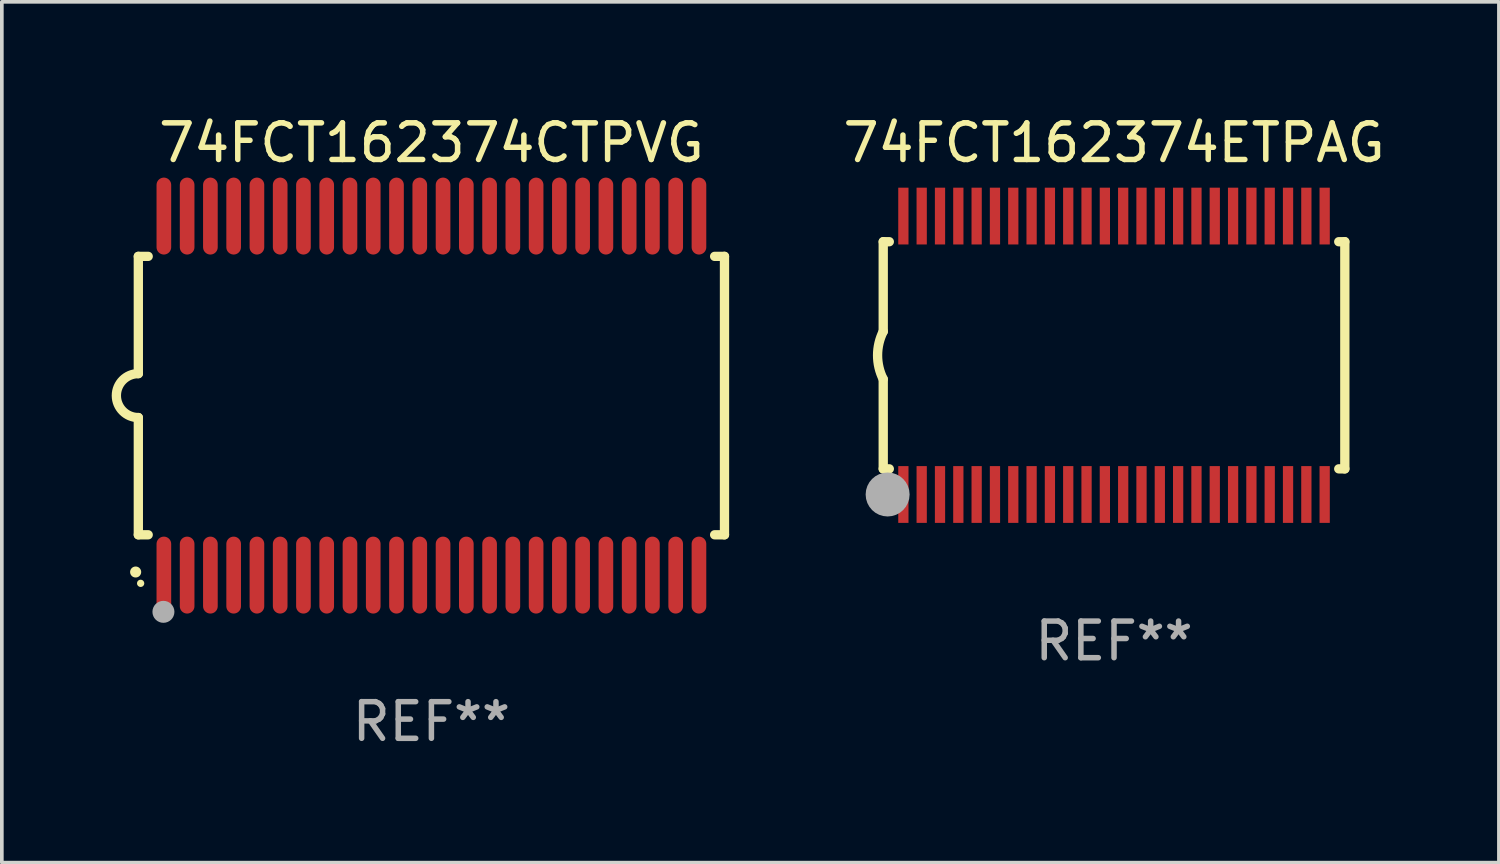
<source format=kicad_pcb>
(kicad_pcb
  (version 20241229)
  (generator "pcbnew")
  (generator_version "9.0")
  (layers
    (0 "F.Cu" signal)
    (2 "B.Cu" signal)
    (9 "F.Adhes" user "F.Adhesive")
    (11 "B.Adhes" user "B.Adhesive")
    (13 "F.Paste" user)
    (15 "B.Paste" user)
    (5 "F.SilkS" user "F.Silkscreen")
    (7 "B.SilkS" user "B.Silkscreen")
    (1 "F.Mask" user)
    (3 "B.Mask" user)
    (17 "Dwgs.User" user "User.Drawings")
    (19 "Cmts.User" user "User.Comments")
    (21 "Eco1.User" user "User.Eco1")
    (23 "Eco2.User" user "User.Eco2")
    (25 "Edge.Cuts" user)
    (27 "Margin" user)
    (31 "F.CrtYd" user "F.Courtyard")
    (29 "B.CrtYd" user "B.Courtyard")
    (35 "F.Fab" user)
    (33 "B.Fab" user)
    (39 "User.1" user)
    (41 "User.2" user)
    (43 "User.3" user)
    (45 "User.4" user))
  (footprint "74FCT162374CTPVG"
    (layer "F.Cu")
    (at 8.726 7.748)
    (property "Reference" "74FCT162374CTPVG" (at 0 -6.9 0) (layer "F.SilkS") (effects (font (size 1 1) (thickness 0.15))))
    (attr through_hole)
    (fp_line (start -8 -3.8) (end -8 -0.599) (stroke (width 0.254) (type solid)) (layer "F.SilkS"))
    (fp_line (start -8 -3.8) (end -7.731 -3.8) (stroke (width 0.254) (type solid)) (layer "F.SilkS"))
    (fp_line (start -8 3.8) (end -8 0.599) (stroke (width 0.254) (type solid)) (layer "F.SilkS"))
    (fp_line (start -7.731 3.8) (end -8 3.8) (stroke (width 0.254) (type solid)) (layer "F.SilkS"))
    (fp_line (start 7.731 -3.8) (end 8 -3.8) (stroke (width 0.254) (type solid)) (layer "F.SilkS"))
    (fp_line (start 8 -3.8) (end 8 3.8) (stroke (width 0.254) (type solid)) (layer "F.SilkS"))
    (fp_line (start 8 3.8) (end 7.731 3.8) (stroke (width 0.254) (type solid)) (layer "F.SilkS"))
    (fp_arc (start -8.074676 4.81585) (mid -8.073406 4.815845) (end -8.072136 4.81585) (stroke (width 0.3) (type solid)) (layer "F.SilkS"))
    (fp_arc (start -8.000025 0.6) (mid -8.598908 0.00056) (end -8.000027 -0.598882) (stroke (width 0.254001) (type solid)) (layer "F.SilkS"))
    (fp_circle (center -7.937 5.125) (end -7.887 5.125) (stroke (width 0.1) (type solid)) (fill no) (layer "F.SilkS"))
    (fp_circle (center -7.315 5.903) (end -7.165 5.903) (stroke (width 0.3) (type solid)) (fill no) (layer "F.Fab"))
    (fp_text user "REF**" (at 0 8.9 0) (layer "F.Fab") (effects (font (size 1 1) (thickness 0.15))))
    (pad "1" smd oval (at -7.303 4.9) (size 0.4 2.1) (layers "F.Cu" "F.Mask" "F.Paste"))
    (pad "2" smd oval (at -6.668 4.9) (size 0.4 2.1) (layers "F.Cu" "F.Mask" "F.Paste"))
    (pad "3" smd oval (at -6.033 4.9) (size 0.4 2.1) (layers "F.Cu" "F.Mask" "F.Paste"))
    (pad "4" smd oval (at -5.398 4.9) (size 0.4 2.1) (layers "F.Cu" "F.Mask" "F.Paste"))
    (pad "5" smd oval (at -4.763 4.9) (size 0.4 2.1) (layers "F.Cu" "F.Mask" "F.Paste"))
    (pad "6" smd oval (at -4.128 4.9) (size 0.4 2.1) (layers "F.Cu" "F.Mask" "F.Paste"))
    (pad "7" smd oval (at -3.493 4.9) (size 0.4 2.1) (layers "F.Cu" "F.Mask" "F.Paste"))
    (pad "8" smd oval (at -2.858 4.9) (size 0.4 2.1) (layers "F.Cu" "F.Mask" "F.Paste"))
    (pad "9" smd oval (at -2.223 4.9) (size 0.4 2.1) (layers "F.Cu" "F.Mask" "F.Paste"))
    (pad "10" smd oval (at -1.588 4.9) (size 0.4 2.1) (layers "F.Cu" "F.Mask" "F.Paste"))
    (pad "11" smd oval (at -0.953 4.9) (size 0.4 2.1) (layers "F.Cu" "F.Mask" "F.Paste"))
    (pad "12" smd oval (at -0.318 4.9) (size 0.4 2.1) (layers "F.Cu" "F.Mask" "F.Paste"))
    (pad "13" smd oval (at 0.318 4.9) (size 0.4 2.1) (layers "F.Cu" "F.Mask" "F.Paste"))
    (pad "14" smd oval (at 0.953 4.9) (size 0.4 2.1) (layers "F.Cu" "F.Mask" "F.Paste"))
    (pad "15" smd oval (at 1.588 4.9) (size 0.4 2.1) (layers "F.Cu" "F.Mask" "F.Paste"))
    (pad "16" smd oval (at 2.223 4.9) (size 0.4 2.1) (layers "F.Cu" "F.Mask" "F.Paste"))
    (pad "17" smd oval (at 2.858 4.9) (size 0.4 2.1) (layers "F.Cu" "F.Mask" "F.Paste"))
    (pad "18" smd oval (at 3.493 4.9) (size 0.4 2.1) (layers "F.Cu" "F.Mask" "F.Paste"))
    (pad "19" smd oval (at 4.128 4.9) (size 0.4 2.1) (layers "F.Cu" "F.Mask" "F.Paste"))
    (pad "20" smd oval (at 4.763 4.9) (size 0.4 2.1) (layers "F.Cu" "F.Mask" "F.Paste"))
    (pad "21" smd oval (at 5.398 4.9) (size 0.4 2.1) (layers "F.Cu" "F.Mask" "F.Paste"))
    (pad "22" smd oval (at 6.033 4.9) (size 0.4 2.1) (layers "F.Cu" "F.Mask" "F.Paste"))
    (pad "23" smd oval (at 6.668 4.9) (size 0.4 2.1) (layers "F.Cu" "F.Mask" "F.Paste"))
    (pad "24" smd oval (at 7.303 4.9) (size 0.4 2.1) (layers "F.Cu" "F.Mask" "F.Paste"))
    (pad "25" smd oval (at 7.303 -4.9 180) (size 0.4 2.1) (layers "F.Cu" "F.Mask" "F.Paste"))
    (pad "26" smd oval (at 6.668 -4.9 180) (size 0.4 2.1) (layers "F.Cu" "F.Mask" "F.Paste"))
    (pad "27" smd oval (at 6.033 -4.9 180) (size 0.4 2.1) (layers "F.Cu" "F.Mask" "F.Paste"))
    (pad "28" smd oval (at 5.398 -4.9 180) (size 0.4 2.1) (layers "F.Cu" "F.Mask" "F.Paste"))
    (pad "29" smd oval (at 4.763 -4.9 180) (size 0.4 2.1) (layers "F.Cu" "F.Mask" "F.Paste"))
    (pad "30" smd oval (at 4.128 -4.9 180) (size 0.4 2.1) (layers "F.Cu" "F.Mask" "F.Paste"))
    (pad "31" smd oval (at 3.493 -4.9 180) (size 0.4 2.1) (layers "F.Cu" "F.Mask" "F.Paste"))
    (pad "32" smd oval (at 2.858 -4.9 180) (size 0.4 2.1) (layers "F.Cu" "F.Mask" "F.Paste"))
    (pad "33" smd oval (at 2.223 -4.9 180) (size 0.4 2.1) (layers "F.Cu" "F.Mask" "F.Paste"))
    (pad "34" smd oval (at 1.588 -4.9 180) (size 0.4 2.1) (layers "F.Cu" "F.Mask" "F.Paste"))
    (pad "35" smd oval (at 0.953 -4.9 180) (size 0.4 2.1) (layers "F.Cu" "F.Mask" "F.Paste"))
    (pad "36" smd oval (at 0.318 -4.9 180) (size 0.4 2.1) (layers "F.Cu" "F.Mask" "F.Paste"))
    (pad "37" smd oval (at -0.318 -4.9 180) (size 0.4 2.1) (layers "F.Cu" "F.Mask" "F.Paste"))
    (pad "38" smd oval (at -0.953 -4.9 180) (size 0.4 2.1) (layers "F.Cu" "F.Mask" "F.Paste"))
    (pad "39" smd oval (at -1.588 -4.9 180) (size 0.4 2.1) (layers "F.Cu" "F.Mask" "F.Paste"))
    (pad "40" smd oval (at -2.223 -4.9 180) (size 0.4 2.1) (layers "F.Cu" "F.Mask" "F.Paste"))
    (pad "41" smd oval (at -2.858 -4.9 180) (size 0.4 2.1) (layers "F.Cu" "F.Mask" "F.Paste"))
    (pad "42" smd oval (at -3.493 -4.9 180) (size 0.4 2.1) (layers "F.Cu" "F.Mask" "F.Paste"))
    (pad "43" smd oval (at -4.128 -4.9 180) (size 0.4 2.1) (layers "F.Cu" "F.Mask" "F.Paste"))
    (pad "44" smd oval (at -4.763 -4.9 180) (size 0.4 2.1) (layers "F.Cu" "F.Mask" "F.Paste"))
    (pad "45" smd oval (at -5.398 -4.9 180) (size 0.4 2.1) (layers "F.Cu" "F.Mask" "F.Paste"))
    (pad "46" smd oval (at -6.033 -4.9 180) (size 0.4 2.1) (layers "F.Cu" "F.Mask" "F.Paste"))
    (pad "47" smd oval (at -6.668 -4.9 180) (size 0.4 2.1) (layers "F.Cu" "F.Mask" "F.Paste"))
    (pad "48" smd oval (at -7.303 -4.9 180) (size 0.4 2.1) (layers "F.Cu" "F.Mask" "F.Paste")))
  (footprint "74FCT162374ETPAG"
    (layer "F.Cu")
    (at 27.359 6.648)
    (property "Reference" "74FCT162374ETPAG" (at 0 -5.8 0) (layer "F.SilkS") (effects (font (size 1 1) (thickness 0.15))))
    (attr through_hole)
    (fp_line (start -6.3 -3.1) (end -6.3 -0.65) (stroke (width 0.254) (type solid)) (layer "F.SilkS"))
    (fp_line (start -6.3 -3.1) (end -6.134 -3.1) (stroke (width 0.254) (type solid)) (layer "F.SilkS"))
    (fp_line (start -6.3 3.1) (end -6.3 0.65) (stroke (width 0.254) (type solid)) (layer "F.SilkS"))
    (fp_line (start -6.3 3.1) (end -6.134 3.1) (stroke (width 0.254) (type solid)) (layer "F.SilkS"))
    (fp_line (start 6.134 -3.1) (end 6.3 -3.1) (stroke (width 0.254) (type solid)) (layer "F.SilkS"))
    (fp_line (start 6.134 3.1) (end 6.3 3.1) (stroke (width 0.254) (type solid)) (layer "F.SilkS"))
    (fp_line (start 6.3 -3.1) (end 6.3 3.1) (stroke (width 0.254) (type solid)) (layer "F.SilkS"))
    (fp_arc (start -6.301016 0.650114) (mid -6.45413 -0.000082) (end -6.3 -0.650038) (stroke (width 0.254001) (type solid)) (layer "F.SilkS"))
    (fp_circle (center -6.35 3.81) (end -6.223 3.81) (stroke (width 0.254) (type solid)) (fill no) (layer "F.SilkS"))
    (fp_circle (center -6.25 4.05) (end -6.22 4.05) (stroke (width 0.06) (type solid)) (fill no) (layer "F.SilkS"))
    (fp_circle (center -6.18 3.8) (end -5.88 3.8) (stroke (width 0.6) (type solid)) (fill no) (layer "F.Fab"))
    (fp_text user "REF**" (at 0 7.8 0) (layer "F.Fab") (effects (font (size 1 1) (thickness 0.15))))
    (pad "1" smd rect (at -5.75 3.8) (size 0.28 1.55) (layers "F.Cu" "F.Mask" "F.Paste"))
    (pad "2" smd rect (at -5.25 3.8) (size 0.28 1.55) (layers "F.Cu" "F.Mask" "F.Paste"))
    (pad "3" smd rect (at -4.75 3.8) (size 0.28 1.55) (layers "F.Cu" "F.Mask" "F.Paste"))
    (pad "4" smd rect (at -4.25 3.8) (size 0.28 1.55) (layers "F.Cu" "F.Mask" "F.Paste"))
    (pad "5" smd rect (at -3.75 3.8) (size 0.28 1.55) (layers "F.Cu" "F.Mask" "F.Paste"))
    (pad "6" smd rect (at -3.25 3.8) (size 0.28 1.55) (layers "F.Cu" "F.Mask" "F.Paste"))
    (pad "7" smd rect (at -2.75 3.8) (size 0.28 1.55) (layers "F.Cu" "F.Mask" "F.Paste"))
    (pad "8" smd rect (at -2.25 3.8) (size 0.28 1.55) (layers "F.Cu" "F.Mask" "F.Paste"))
    (pad "9" smd rect (at -1.75 3.8) (size 0.28 1.55) (layers "F.Cu" "F.Mask" "F.Paste"))
    (pad "10" smd rect (at -1.25 3.8) (size 0.28 1.55) (layers "F.Cu" "F.Mask" "F.Paste"))
    (pad "11" smd rect (at -0.75 3.8) (size 0.28 1.55) (layers "F.Cu" "F.Mask" "F.Paste"))
    (pad "12" smd rect (at -0.25 3.8) (size 0.28 1.55) (layers "F.Cu" "F.Mask" "F.Paste"))
    (pad "13" smd rect (at 0.25 3.8) (size 0.28 1.55) (layers "F.Cu" "F.Mask" "F.Paste"))
    (pad "14" smd rect (at 0.75 3.8) (size 0.28 1.55) (layers "F.Cu" "F.Mask" "F.Paste"))
    (pad "15" smd rect (at 1.25 3.8) (size 0.28 1.55) (layers "F.Cu" "F.Mask" "F.Paste"))
    (pad "16" smd rect (at 1.75 3.8) (size 0.28 1.55) (layers "F.Cu" "F.Mask" "F.Paste"))
    (pad "17" smd rect (at 2.25 3.8) (size 0.28 1.55) (layers "F.Cu" "F.Mask" "F.Paste"))
    (pad "18" smd rect (at 2.75 3.8) (size 0.28 1.55) (layers "F.Cu" "F.Mask" "F.Paste"))
    (pad "19" smd rect (at 3.25 3.8) (size 0.28 1.55) (layers "F.Cu" "F.Mask" "F.Paste"))
    (pad "20" smd rect (at 3.75 3.8) (size 0.28 1.55) (layers "F.Cu" "F.Mask" "F.Paste"))
    (pad "21" smd rect (at 4.25 3.8) (size 0.28 1.55) (layers "F.Cu" "F.Mask" "F.Paste"))
    (pad "22" smd rect (at 4.75 3.8) (size 0.28 1.55) (layers "F.Cu" "F.Mask" "F.Paste"))
    (pad "23" smd rect (at 5.25 3.8) (size 0.28 1.55) (layers "F.Cu" "F.Mask" "F.Paste"))
    (pad "24" smd rect (at 5.75 3.8) (size 0.28 1.55) (layers "F.Cu" "F.Mask" "F.Paste"))
    (pad "25" smd rect (at 5.75 -3.8) (size 0.28 1.55) (layers "F.Cu" "F.Mask" "F.Paste"))
    (pad "26" smd rect (at 5.25 -3.8) (size 0.28 1.55) (layers "F.Cu" "F.Mask" "F.Paste"))
    (pad "27" smd rect (at 4.75 -3.8) (size 0.28 1.55) (layers "F.Cu" "F.Mask" "F.Paste"))
    (pad "28" smd rect (at 4.25 -3.8) (size 0.28 1.55) (layers "F.Cu" "F.Mask" "F.Paste"))
    (pad "29" smd rect (at 3.75 -3.8) (size 0.28 1.55) (layers "F.Cu" "F.Mask" "F.Paste"))
    (pad "30" smd rect (at 3.25 -3.8) (size 0.28 1.55) (layers "F.Cu" "F.Mask" "F.Paste"))
    (pad "31" smd rect (at 2.75 -3.8) (size 0.28 1.55) (layers "F.Cu" "F.Mask" "F.Paste"))
    (pad "32" smd rect (at 2.25 -3.8) (size 0.28 1.55) (layers "F.Cu" "F.Mask" "F.Paste"))
    (pad "33" smd rect (at 1.75 -3.8) (size 0.28 1.55) (layers "F.Cu" "F.Mask" "F.Paste"))
    (pad "34" smd rect (at 1.25 -3.8) (size 0.28 1.55) (layers "F.Cu" "F.Mask" "F.Paste"))
    (pad "35" smd rect (at 0.75 -3.8) (size 0.28 1.55) (layers "F.Cu" "F.Mask" "F.Paste"))
    (pad "36" smd rect (at 0.25 -3.8) (size 0.28 1.55) (layers "F.Cu" "F.Mask" "F.Paste"))
    (pad "37" smd rect (at -0.25 -3.8) (size 0.28 1.55) (layers "F.Cu" "F.Mask" "F.Paste"))
    (pad "38" smd rect (at -0.75 -3.8) (size 0.28 1.55) (layers "F.Cu" "F.Mask" "F.Paste"))
    (pad "39" smd rect (at -1.25 -3.8) (size 0.28 1.55) (layers "F.Cu" "F.Mask" "F.Paste"))
    (pad "40" smd rect (at -1.75 -3.8) (size 0.28 1.55) (layers "F.Cu" "F.Mask" "F.Paste"))
    (pad "41" smd rect (at -2.25 -3.8) (size 0.28 1.55) (layers "F.Cu" "F.Mask" "F.Paste"))
    (pad "42" smd rect (at -2.75 -3.8) (size 0.28 1.55) (layers "F.Cu" "F.Mask" "F.Paste"))
    (pad "43" smd rect (at -3.25 -3.8) (size 0.28 1.55) (layers "F.Cu" "F.Mask" "F.Paste"))
    (pad "44" smd rect (at -3.75 -3.8) (size 0.28 1.55) (layers "F.Cu" "F.Mask" "F.Paste"))
    (pad "45" smd rect (at -4.25 -3.8) (size 0.28 1.55) (layers "F.Cu" "F.Mask" "F.Paste"))
    (pad "46" smd rect (at -4.75 -3.8) (size 0.28 1.55) (layers "F.Cu" "F.Mask" "F.Paste"))
    (pad "47" smd rect (at -5.25 -3.8) (size 0.28 1.55) (layers "F.Cu" "F.Mask" "F.Paste"))
    (pad "48" smd rect (at -5.75 -3.8) (size 0.28 1.55) (layers "F.Cu" "F.Mask" "F.Paste")))
  (gr_rect
    (start -3 -3)
    (end 37.865 20.496)
    (stroke (width 0.1) (type default))
    (fill no)
    (layer "Edge.Cuts")))
</source>
